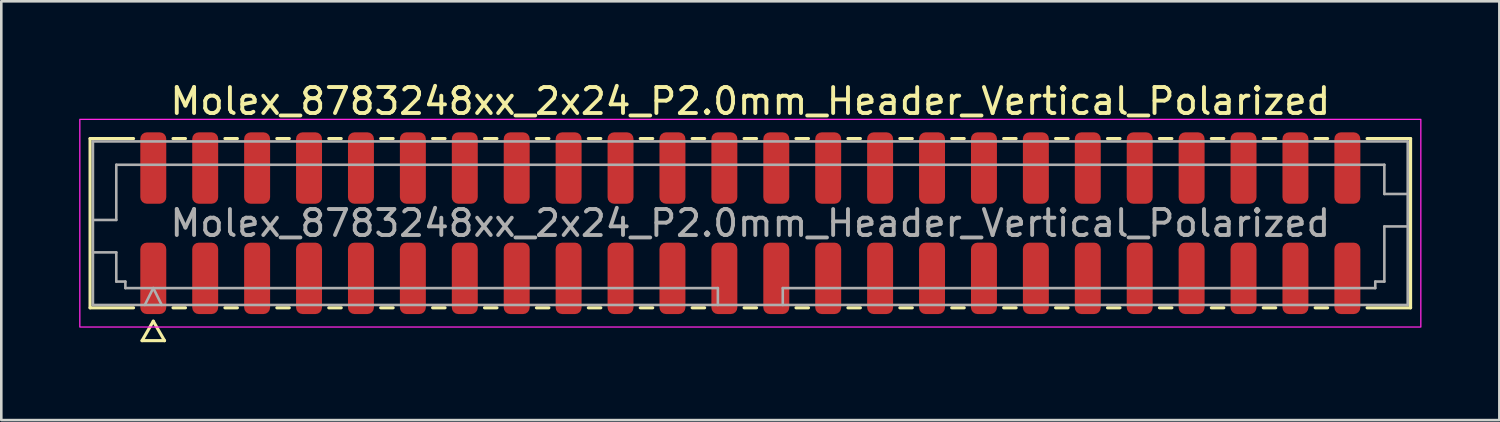
<source format=kicad_pcb>
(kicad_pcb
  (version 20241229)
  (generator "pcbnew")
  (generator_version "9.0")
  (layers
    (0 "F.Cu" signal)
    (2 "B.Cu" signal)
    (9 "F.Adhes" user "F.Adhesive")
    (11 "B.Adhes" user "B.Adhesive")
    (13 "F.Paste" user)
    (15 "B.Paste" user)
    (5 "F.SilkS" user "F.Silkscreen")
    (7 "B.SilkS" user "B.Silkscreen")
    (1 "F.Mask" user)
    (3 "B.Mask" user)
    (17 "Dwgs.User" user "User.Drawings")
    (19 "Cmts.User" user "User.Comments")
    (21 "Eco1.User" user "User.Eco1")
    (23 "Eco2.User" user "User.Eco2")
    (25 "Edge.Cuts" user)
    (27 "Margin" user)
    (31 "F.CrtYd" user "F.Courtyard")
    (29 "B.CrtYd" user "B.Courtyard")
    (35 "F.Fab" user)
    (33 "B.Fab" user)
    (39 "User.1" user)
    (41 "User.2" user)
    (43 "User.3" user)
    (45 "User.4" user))
  (footprint "Molex_8783248xx_2x24_P2.0mm_Header_Vertical_Polarized"
    (layer "F.Cu")
    (at 25.855 5.548)
    (property "Reference" "Molex_8783248xx_2x24_P2.0mm_Header_Vertical_Polarized" (at 0 -4.7 0) (layer "F.SilkS") (effects (font (size 1 1) (thickness 0.15))))
    (attr smd)
    (fp_line (start -25.435 -3.26) (end -23.76 -3.26) (stroke (width 0.12) (type solid)) (layer "F.SilkS"))
    (fp_line (start -25.435 3.26) (end -25.435 -3.26) (stroke (width 0.12) (type solid)) (layer "F.SilkS"))
    (fp_line (start -23.76 3.26) (end -25.435 3.26) (stroke (width 0.12) (type solid)) (layer "F.SilkS"))
    (fp_line (start -23.433 4.525) (end -23 3.775) (stroke (width 0.12) (type solid)) (layer "F.SilkS"))
    (fp_line (start -23 3.775) (end -22.567 4.525) (stroke (width 0.12) (type solid)) (layer "F.SilkS"))
    (fp_line (start -22.567 4.525) (end -23.433 4.525) (stroke (width 0.12) (type solid)) (layer "F.SilkS"))
    (fp_line (start -22.24 -3.26) (end -21.76 -3.26) (stroke (width 0.12) (type solid)) (layer "F.SilkS"))
    (fp_line (start -21.76 3.26) (end -22.24 3.26) (stroke (width 0.12) (type solid)) (layer "F.SilkS"))
    (fp_line (start -20.24 -3.26) (end -19.76 -3.26) (stroke (width 0.12) (type solid)) (layer "F.SilkS"))
    (fp_line (start -19.76 3.26) (end -20.24 3.26) (stroke (width 0.12) (type solid)) (layer "F.SilkS"))
    (fp_line (start -18.24 -3.26) (end -17.76 -3.26) (stroke (width 0.12) (type solid)) (layer "F.SilkS"))
    (fp_line (start -17.76 3.26) (end -18.24 3.26) (stroke (width 0.12) (type solid)) (layer "F.SilkS"))
    (fp_line (start -16.24 -3.26) (end -15.76 -3.26) (stroke (width 0.12) (type solid)) (layer "F.SilkS"))
    (fp_line (start -15.76 3.26) (end -16.24 3.26) (stroke (width 0.12) (type solid)) (layer "F.SilkS"))
    (fp_line (start -14.24 -3.26) (end -13.76 -3.26) (stroke (width 0.12) (type solid)) (layer "F.SilkS"))
    (fp_line (start -13.76 3.26) (end -14.24 3.26) (stroke (width 0.12) (type solid)) (layer "F.SilkS"))
    (fp_line (start -12.24 -3.26) (end -11.76 -3.26) (stroke (width 0.12) (type solid)) (layer "F.SilkS"))
    (fp_line (start -11.76 3.26) (end -12.24 3.26) (stroke (width 0.12) (type solid)) (layer "F.SilkS"))
    (fp_line (start -10.24 -3.26) (end -9.76 -3.26) (stroke (width 0.12) (type solid)) (layer "F.SilkS"))
    (fp_line (start -9.76 3.26) (end -10.24 3.26) (stroke (width 0.12) (type solid)) (layer "F.SilkS"))
    (fp_line (start -8.24 -3.26) (end -7.76 -3.26) (stroke (width 0.12) (type solid)) (layer "F.SilkS"))
    (fp_line (start -7.76 3.26) (end -8.24 3.26) (stroke (width 0.12) (type solid)) (layer "F.SilkS"))
    (fp_line (start -6.24 -3.26) (end -5.76 -3.26) (stroke (width 0.12) (type solid)) (layer "F.SilkS"))
    (fp_line (start -5.76 3.26) (end -6.24 3.26) (stroke (width 0.12) (type solid)) (layer "F.SilkS"))
    (fp_line (start -4.24 -3.26) (end -3.76 -3.26) (stroke (width 0.12) (type solid)) (layer "F.SilkS"))
    (fp_line (start -3.76 3.26) (end -4.24 3.26) (stroke (width 0.12) (type solid)) (layer "F.SilkS"))
    (fp_line (start -2.24 -3.26) (end -1.76 -3.26) (stroke (width 0.12) (type solid)) (layer "F.SilkS"))
    (fp_line (start -1.76 3.26) (end -2.24 3.26) (stroke (width 0.12) (type solid)) (layer "F.SilkS"))
    (fp_line (start -0.24 -3.26) (end 0.24 -3.26) (stroke (width 0.12) (type solid)) (layer "F.SilkS"))
    (fp_line (start 0.24 3.26) (end -0.24 3.26) (stroke (width 0.12) (type solid)) (layer "F.SilkS"))
    (fp_line (start 1.76 -3.26) (end 2.24 -3.26) (stroke (width 0.12) (type solid)) (layer "F.SilkS"))
    (fp_line (start 2.24 3.26) (end 1.76 3.26) (stroke (width 0.12) (type solid)) (layer "F.SilkS"))
    (fp_line (start 3.76 -3.26) (end 4.24 -3.26) (stroke (width 0.12) (type solid)) (layer "F.SilkS"))
    (fp_line (start 4.24 3.26) (end 3.76 3.26) (stroke (width 0.12) (type solid)) (layer "F.SilkS"))
    (fp_line (start 5.76 -3.26) (end 6.24 -3.26) (stroke (width 0.12) (type solid)) (layer "F.SilkS"))
    (fp_line (start 6.24 3.26) (end 5.76 3.26) (stroke (width 0.12) (type solid)) (layer "F.SilkS"))
    (fp_line (start 7.76 -3.26) (end 8.24 -3.26) (stroke (width 0.12) (type solid)) (layer "F.SilkS"))
    (fp_line (start 8.24 3.26) (end 7.76 3.26) (stroke (width 0.12) (type solid)) (layer "F.SilkS"))
    (fp_line (start 9.76 -3.26) (end 10.24 -3.26) (stroke (width 0.12) (type solid)) (layer "F.SilkS"))
    (fp_line (start 10.24 3.26) (end 9.76 3.26) (stroke (width 0.12) (type solid)) (layer "F.SilkS"))
    (fp_line (start 11.76 -3.26) (end 12.24 -3.26) (stroke (width 0.12) (type solid)) (layer "F.SilkS"))
    (fp_line (start 12.24 3.26) (end 11.76 3.26) (stroke (width 0.12) (type solid)) (layer "F.SilkS"))
    (fp_line (start 13.76 -3.26) (end 14.24 -3.26) (stroke (width 0.12) (type solid)) (layer "F.SilkS"))
    (fp_line (start 14.24 3.26) (end 13.76 3.26) (stroke (width 0.12) (type solid)) (layer "F.SilkS"))
    (fp_line (start 15.76 -3.26) (end 16.24 -3.26) (stroke (width 0.12) (type solid)) (layer "F.SilkS"))
    (fp_line (start 16.24 3.26) (end 15.76 3.26) (stroke (width 0.12) (type solid)) (layer "F.SilkS"))
    (fp_line (start 17.76 -3.26) (end 18.24 -3.26) (stroke (width 0.12) (type solid)) (layer "F.SilkS"))
    (fp_line (start 18.24 3.26) (end 17.76 3.26) (stroke (width 0.12) (type solid)) (layer "F.SilkS"))
    (fp_line (start 19.76 -3.26) (end 20.24 -3.26) (stroke (width 0.12) (type solid)) (layer "F.SilkS"))
    (fp_line (start 20.24 3.26) (end 19.76 3.26) (stroke (width 0.12) (type solid)) (layer "F.SilkS"))
    (fp_line (start 21.76 -3.26) (end 22.24 -3.26) (stroke (width 0.12) (type solid)) (layer "F.SilkS"))
    (fp_line (start 22.24 3.26) (end 21.76 3.26) (stroke (width 0.12) (type solid)) (layer "F.SilkS"))
    (fp_line (start 23.76 -3.26) (end 25.435 -3.26) (stroke (width 0.12) (type solid)) (layer "F.SilkS"))
    (fp_line (start 25.435 -3.26) (end 25.435 3.26) (stroke (width 0.12) (type solid)) (layer "F.SilkS"))
    (fp_line (start 25.435 3.26) (end 23.76 3.26) (stroke (width 0.12) (type solid)) (layer "F.SilkS"))
    (fp_rect (start -25.83 -4) (end 25.83 4) (stroke (width 0.05) (type solid)) (fill no) (layer "F.CrtYd"))
    (fp_line (start -25.325 -3.15) (end 25.325 -3.15) (stroke (width 0.1) (type solid)) (layer "F.Fab"))
    (fp_line (start -25.325 -0.125) (end -24.425 -0.125) (stroke (width 0.1) (type solid)) (layer "F.Fab"))
    (fp_line (start -25.325 1.125) (end -24.425 1.125) (stroke (width 0.1) (type solid)) (layer "F.Fab"))
    (fp_line (start -25.325 3.15) (end -25.325 -3.15) (stroke (width 0.1) (type solid)) (layer "F.Fab"))
    (fp_line (start -24.425 -2.25) (end 24.425 -2.25) (stroke (width 0.1) (type solid)) (layer "F.Fab"))
    (fp_line (start -24.425 -0.125) (end -24.425 -2.25) (stroke (width 0.1) (type solid)) (layer "F.Fab"))
    (fp_line (start -24.425 1.125) (end -24.425 2.25) (stroke (width 0.1) (type solid)) (layer "F.Fab"))
    (fp_line (start -24.425 2.25) (end -24.075 2.25) (stroke (width 0.1) (type solid)) (layer "F.Fab"))
    (fp_line (start -24.075 2.25) (end -24.075 2.5) (stroke (width 0.1) (type solid)) (layer "F.Fab"))
    (fp_line (start -24.075 2.5) (end -1.25 2.5) (stroke (width 0.1) (type solid)) (layer "F.Fab"))
    (fp_line (start -23.325 3.15) (end -23 2.5) (stroke (width 0.1) (type solid)) (layer "F.Fab"))
    (fp_line (start -23 2.5) (end -22.675 3.15) (stroke (width 0.1) (type solid)) (layer "F.Fab"))
    (fp_line (start -1.25 2.5) (end -1.25 3.15) (stroke (width 0.1) (type solid)) (layer "F.Fab"))
    (fp_line (start 1.25 2.5) (end 1.25 3.15) (stroke (width 0.1) (type solid)) (layer "F.Fab"))
    (fp_line (start 1.25 2.5) (end 24.075 2.5) (stroke (width 0.1) (type solid)) (layer "F.Fab"))
    (fp_line (start 24.075 2.25) (end 24.425 2.25) (stroke (width 0.1) (type solid)) (layer "F.Fab"))
    (fp_line (start 24.075 2.5) (end 24.075 2.25) (stroke (width 0.1) (type solid)) (layer "F.Fab"))
    (fp_line (start 24.425 -2.25) (end 24.425 -1.125) (stroke (width 0.1) (type solid)) (layer "F.Fab"))
    (fp_line (start 24.425 -1.125) (end 25.325 -1.125) (stroke (width 0.1) (type solid)) (layer "F.Fab"))
    (fp_line (start 24.425 0.125) (end 25.325 0.125) (stroke (width 0.1) (type solid)) (layer "F.Fab"))
    (fp_line (start 24.425 2.25) (end 24.425 0.125) (stroke (width 0.1) (type solid)) (layer "F.Fab"))
    (fp_line (start 25.325 -3.15) (end 25.325 3.15) (stroke (width 0.1) (type solid)) (layer "F.Fab"))
    (fp_line (start 25.325 3.15) (end -25.325 3.15) (stroke (width 0.1) (type solid)) (layer "F.Fab"))
    (fp_text user "${REFERENCE}" (at 0 0 0) (layer "F.Fab") (effects (font (size 1 1) (thickness 0.15))))
    (pad "1" smd roundrect (at -23 2.125) (size 1 2.75) (layers "F.Cu" "F.Mask" "F.Paste") (roundrect_rratio 0.25))
    (pad "2" smd roundrect (at -23 -2.125) (size 1 2.75) (layers "F.Cu" "F.Mask" "F.Paste") (roundrect_rratio 0.25))
    (pad "3" smd roundrect (at -21 2.125) (size 1 2.75) (layers "F.Cu" "F.Mask" "F.Paste") (roundrect_rratio 0.25))
    (pad "4" smd roundrect (at -21 -2.125) (size 1 2.75) (layers "F.Cu" "F.Mask" "F.Paste") (roundrect_rratio 0.25))
    (pad "5" smd roundrect (at -19 2.125) (size 1 2.75) (layers "F.Cu" "F.Mask" "F.Paste") (roundrect_rratio 0.25))
    (pad "6" smd roundrect (at -19 -2.125) (size 1 2.75) (layers "F.Cu" "F.Mask" "F.Paste") (roundrect_rratio 0.25))
    (pad "7" smd roundrect (at -17 2.125) (size 1 2.75) (layers "F.Cu" "F.Mask" "F.Paste") (roundrect_rratio 0.25))
    (pad "8" smd roundrect (at -17 -2.125) (size 1 2.75) (layers "F.Cu" "F.Mask" "F.Paste") (roundrect_rratio 0.25))
    (pad "9" smd roundrect (at -15 2.125) (size 1 2.75) (layers "F.Cu" "F.Mask" "F.Paste") (roundrect_rratio 0.25))
    (pad "10" smd roundrect (at -15 -2.125) (size 1 2.75) (layers "F.Cu" "F.Mask" "F.Paste") (roundrect_rratio 0.25))
    (pad "11" smd roundrect (at -13 2.125) (size 1 2.75) (layers "F.Cu" "F.Mask" "F.Paste") (roundrect_rratio 0.25))
    (pad "12" smd roundrect (at -13 -2.125) (size 1 2.75) (layers "F.Cu" "F.Mask" "F.Paste") (roundrect_rratio 0.25))
    (pad "13" smd roundrect (at -11 2.125) (size 1 2.75) (layers "F.Cu" "F.Mask" "F.Paste") (roundrect_rratio 0.25))
    (pad "14" smd roundrect (at -11 -2.125) (size 1 2.75) (layers "F.Cu" "F.Mask" "F.Paste") (roundrect_rratio 0.25))
    (pad "15" smd roundrect (at -9 2.125) (size 1 2.75) (layers "F.Cu" "F.Mask" "F.Paste") (roundrect_rratio 0.25))
    (pad "16" smd roundrect (at -9 -2.125) (size 1 2.75) (layers "F.Cu" "F.Mask" "F.Paste") (roundrect_rratio 0.25))
    (pad "17" smd roundrect (at -7 2.125) (size 1 2.75) (layers "F.Cu" "F.Mask" "F.Paste") (roundrect_rratio 0.25))
    (pad "18" smd roundrect (at -7 -2.125) (size 1 2.75) (layers "F.Cu" "F.Mask" "F.Paste") (roundrect_rratio 0.25))
    (pad "19" smd roundrect (at -5 2.125) (size 1 2.75) (layers "F.Cu" "F.Mask" "F.Paste") (roundrect_rratio 0.25))
    (pad "20" smd roundrect (at -5 -2.125) (size 1 2.75) (layers "F.Cu" "F.Mask" "F.Paste") (roundrect_rratio 0.25))
    (pad "21" smd roundrect (at -3 2.125) (size 1 2.75) (layers "F.Cu" "F.Mask" "F.Paste") (roundrect_rratio 0.25))
    (pad "22" smd roundrect (at -3 -2.125) (size 1 2.75) (layers "F.Cu" "F.Mask" "F.Paste") (roundrect_rratio 0.25))
    (pad "23" smd roundrect (at -1 2.125) (size 1 2.75) (layers "F.Cu" "F.Mask" "F.Paste") (roundrect_rratio 0.25))
    (pad "24" smd roundrect (at -1 -2.125) (size 1 2.75) (layers "F.Cu" "F.Mask" "F.Paste") (roundrect_rratio 0.25))
    (pad "25" smd roundrect (at 1 2.125) (size 1 2.75) (layers "F.Cu" "F.Mask" "F.Paste") (roundrect_rratio 0.25))
    (pad "26" smd roundrect (at 1 -2.125) (size 1 2.75) (layers "F.Cu" "F.Mask" "F.Paste") (roundrect_rratio 0.25))
    (pad "27" smd roundrect (at 3 2.125) (size 1 2.75) (layers "F.Cu" "F.Mask" "F.Paste") (roundrect_rratio 0.25))
    (pad "28" smd roundrect (at 3 -2.125) (size 1 2.75) (layers "F.Cu" "F.Mask" "F.Paste") (roundrect_rratio 0.25))
    (pad "29" smd roundrect (at 5 2.125) (size 1 2.75) (layers "F.Cu" "F.Mask" "F.Paste") (roundrect_rratio 0.25))
    (pad "30" smd roundrect (at 5 -2.125) (size 1 2.75) (layers "F.Cu" "F.Mask" "F.Paste") (roundrect_rratio 0.25))
    (pad "31" smd roundrect (at 7 2.125) (size 1 2.75) (layers "F.Cu" "F.Mask" "F.Paste") (roundrect_rratio 0.25))
    (pad "32" smd roundrect (at 7 -2.125) (size 1 2.75) (layers "F.Cu" "F.Mask" "F.Paste") (roundrect_rratio 0.25))
    (pad "33" smd roundrect (at 9 2.125) (size 1 2.75) (layers "F.Cu" "F.Mask" "F.Paste") (roundrect_rratio 0.25))
    (pad "34" smd roundrect (at 9 -2.125) (size 1 2.75) (layers "F.Cu" "F.Mask" "F.Paste") (roundrect_rratio 0.25))
    (pad "35" smd roundrect (at 11 2.125) (size 1 2.75) (layers "F.Cu" "F.Mask" "F.Paste") (roundrect_rratio 0.25))
    (pad "36" smd roundrect (at 11 -2.125) (size 1 2.75) (layers "F.Cu" "F.Mask" "F.Paste") (roundrect_rratio 0.25))
    (pad "37" smd roundrect (at 13 2.125) (size 1 2.75) (layers "F.Cu" "F.Mask" "F.Paste") (roundrect_rratio 0.25))
    (pad "38" smd roundrect (at 13 -2.125) (size 1 2.75) (layers "F.Cu" "F.Mask" "F.Paste") (roundrect_rratio 0.25))
    (pad "39" smd roundrect (at 15 2.125) (size 1 2.75) (layers "F.Cu" "F.Mask" "F.Paste") (roundrect_rratio 0.25))
    (pad "40" smd roundrect (at 15 -2.125) (size 1 2.75) (layers "F.Cu" "F.Mask" "F.Paste") (roundrect_rratio 0.25))
    (pad "41" smd roundrect (at 17 2.125) (size 1 2.75) (layers "F.Cu" "F.Mask" "F.Paste") (roundrect_rratio 0.25))
    (pad "42" smd roundrect (at 17 -2.125) (size 1 2.75) (layers "F.Cu" "F.Mask" "F.Paste") (roundrect_rratio 0.25))
    (pad "43" smd roundrect (at 19 2.125) (size 1 2.75) (layers "F.Cu" "F.Mask" "F.Paste") (roundrect_rratio 0.25))
    (pad "44" smd roundrect (at 19 -2.125) (size 1 2.75) (layers "F.Cu" "F.Mask" "F.Paste") (roundrect_rratio 0.25))
    (pad "45" smd roundrect (at 21 2.125) (size 1 2.75) (layers "F.Cu" "F.Mask" "F.Paste") (roundrect_rratio 0.25))
    (pad "46" smd roundrect (at 21 -2.125) (size 1 2.75) (layers "F.Cu" "F.Mask" "F.Paste") (roundrect_rratio 0.25))
    (pad "47" smd roundrect (at 23 2.125) (size 1 2.75) (layers "F.Cu" "F.Mask" "F.Paste") (roundrect_rratio 0.25))
    (pad "48" smd roundrect (at 23 -2.125) (size 1 2.75) (layers "F.Cu" "F.Mask" "F.Paste") (roundrect_rratio 0.25)))
  (gr_rect
    (start -3 -3)
    (end 54.71 13.133)
    (stroke (width 0.1) (type default))
    (fill no)
    (layer "Edge.Cuts")))
</source>
